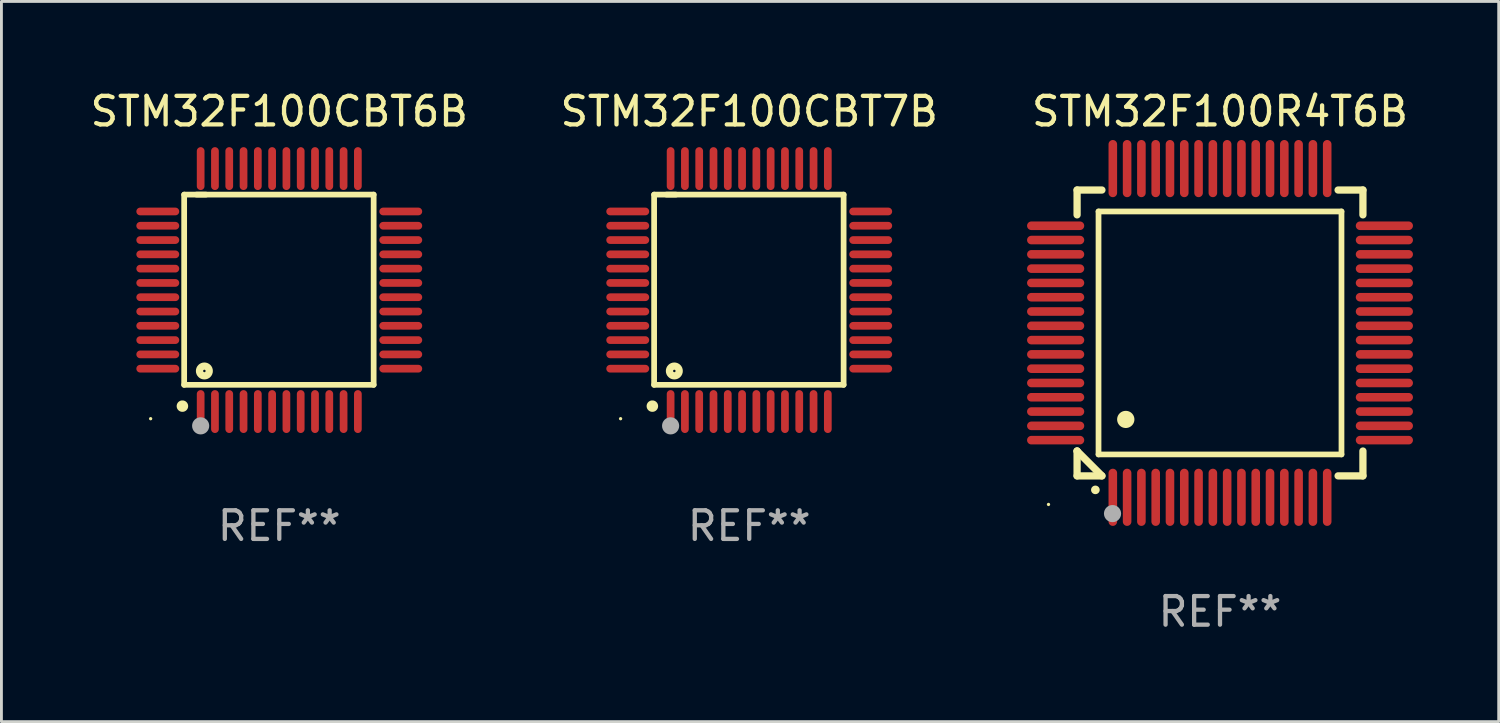
<source format=kicad_pcb>
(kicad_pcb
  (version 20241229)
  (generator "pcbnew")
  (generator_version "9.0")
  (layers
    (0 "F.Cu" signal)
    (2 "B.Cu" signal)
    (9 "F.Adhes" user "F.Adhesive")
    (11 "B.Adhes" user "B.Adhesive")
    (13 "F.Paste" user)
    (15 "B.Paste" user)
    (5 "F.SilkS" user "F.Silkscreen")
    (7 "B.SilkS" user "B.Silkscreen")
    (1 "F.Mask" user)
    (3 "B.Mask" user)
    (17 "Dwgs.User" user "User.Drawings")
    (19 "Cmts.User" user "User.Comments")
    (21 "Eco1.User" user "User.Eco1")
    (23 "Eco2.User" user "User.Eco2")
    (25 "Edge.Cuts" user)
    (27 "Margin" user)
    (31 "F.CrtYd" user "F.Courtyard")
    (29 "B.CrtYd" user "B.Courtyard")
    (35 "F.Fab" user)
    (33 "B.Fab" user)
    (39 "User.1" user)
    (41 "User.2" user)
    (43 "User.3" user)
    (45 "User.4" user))
  (footprint "STM32F100R4T6B"
    (layer "F.Cu")
    (at 39.631 8.598)
    (property "Reference" "STM32F100R4T6B" (at 0 -7.75 0) (layer "F.SilkS") (effects (font (size 1 1) (thickness 0.15))))
    (attr through_hole)
    (fp_line (start -5 -5) (end -4.131 -5) (stroke (width 0.254) (type solid)) (layer "F.SilkS"))
    (fp_line (start -5 -4.131) (end -5 -5) (stroke (width 0.254) (type solid)) (layer "F.SilkS"))
    (fp_line (start -5 4.131) (end -5 4.131) (stroke (width 0.254) (type solid)) (layer "F.SilkS"))
    (fp_line (start -5 5) (end -5 4.131) (stroke (width 0.254) (type solid)) (layer "F.SilkS"))
    (fp_line (start -5 4.131) (end -4.131 5) (stroke (width 0.254) (type solid)) (layer "F.SilkS"))
    (fp_line (start -4.25 -4.25) (end -4.25 4.25) (stroke (width 0.2) (type solid)) (layer "F.SilkS"))
    (fp_line (start -4.25 4.25) (end 4.25 4.25) (stroke (width 0.2) (type solid)) (layer "F.SilkS"))
    (fp_line (start -4.131 5) (end -5 5) (stroke (width 0.254) (type solid)) (layer "F.SilkS"))
    (fp_line (start 4.25 -4.25) (end -4.25 -4.25) (stroke (width 0.2) (type solid)) (layer "F.SilkS"))
    (fp_line (start 4.25 4.25) (end 4.25 -4.25) (stroke (width 0.2) (type solid)) (layer "F.SilkS"))
    (fp_line (start 5 -5) (end 4.131 -5) (stroke (width 0.254) (type solid)) (layer "F.SilkS"))
    (fp_line (start 5 -5) (end 5 -4.131) (stroke (width 0.254) (type solid)) (layer "F.SilkS"))
    (fp_line (start 5 4.131) (end 5 5) (stroke (width 0.254) (type solid)) (layer "F.SilkS"))
    (fp_line (start 5 5) (end 4.131 5) (stroke (width 0.254) (type solid)) (layer "F.SilkS"))
    (fp_arc (start -4.361265 5.489992) (mid -4.359995 5.489987) (end -4.358725 5.489992) (stroke (width 0.3) (type solid)) (layer "F.SilkS"))
    (fp_arc (start -3.299467 3.025146) (mid -3.296927 3.025135) (end -3.294387 3.025146) (stroke (width 0.6) (type solid)) (layer "F.SilkS"))
    (fp_circle (center -6 6) (end -5.97 6) (stroke (width 0.06) (type solid)) (fill no) (layer "F.SilkS"))
    (fp_circle (center -3.76 6.32) (end -3.61 6.32) (stroke (width 0.3) (type solid)) (fill no) (layer "F.Fab"))
    (fp_text user "REF**" (at 0 9.75 0) (layer "F.Fab") (effects (font (size 1 1) (thickness 0.15))))
    (pad "1" smd oval (at -3.75 5.75) (size 0.3 2) (layers "F.Cu" "F.Mask" "F.Paste"))
    (pad "2" smd oval (at -3.25 5.75) (size 0.3 2) (layers "F.Cu" "F.Mask" "F.Paste"))
    (pad "3" smd oval (at -2.75 5.75) (size 0.3 2) (layers "F.Cu" "F.Mask" "F.Paste"))
    (pad "4" smd oval (at -2.25 5.75) (size 0.3 2) (layers "F.Cu" "F.Mask" "F.Paste"))
    (pad "5" smd oval (at -1.75 5.75) (size 0.3 2) (layers "F.Cu" "F.Mask" "F.Paste"))
    (pad "6" smd oval (at -1.25 5.75) (size 0.3 2) (layers "F.Cu" "F.Mask" "F.Paste"))
    (pad "7" smd oval (at -0.75 5.75) (size 0.3 2) (layers "F.Cu" "F.Mask" "F.Paste"))
    (pad "8" smd oval (at -0.25 5.75) (size 0.3 2) (layers "F.Cu" "F.Mask" "F.Paste"))
    (pad "9" smd oval (at 0.25 5.75) (size 0.3 2) (layers "F.Cu" "F.Mask" "F.Paste"))
    (pad "10" smd oval (at 0.75 5.75) (size 0.3 2) (layers "F.Cu" "F.Mask" "F.Paste"))
    (pad "11" smd oval (at 1.25 5.75) (size 0.3 2) (layers "F.Cu" "F.Mask" "F.Paste"))
    (pad "12" smd oval (at 1.75 5.75) (size 0.3 2) (layers "F.Cu" "F.Mask" "F.Paste"))
    (pad "13" smd oval (at 2.25 5.75) (size 0.3 2) (layers "F.Cu" "F.Mask" "F.Paste"))
    (pad "14" smd oval (at 2.75 5.75) (size 0.3 2) (layers "F.Cu" "F.Mask" "F.Paste"))
    (pad "15" smd oval (at 3.25 5.75) (size 0.3 2) (layers "F.Cu" "F.Mask" "F.Paste"))
    (pad "16" smd oval (at 3.75 5.75) (size 0.3 2) (layers "F.Cu" "F.Mask" "F.Paste"))
    (pad "17" smd oval (at 5.75 3.75) (size 2 0.3) (layers "F.Cu" "F.Mask" "F.Paste"))
    (pad "18" smd oval (at 5.75 3.25) (size 2 0.3) (layers "F.Cu" "F.Mask" "F.Paste"))
    (pad "19" smd oval (at 5.75 2.75) (size 2 0.3) (layers "F.Cu" "F.Mask" "F.Paste"))
    (pad "20" smd oval (at 5.75 2.25) (size 2 0.3) (layers "F.Cu" "F.Mask" "F.Paste"))
    (pad "21" smd oval (at 5.75 1.75) (size 2 0.3) (layers "F.Cu" "F.Mask" "F.Paste"))
    (pad "22" smd oval (at 5.75 1.25) (size 2 0.3) (layers "F.Cu" "F.Mask" "F.Paste"))
    (pad "23" smd oval (at 5.75 0.75) (size 2 0.3) (layers "F.Cu" "F.Mask" "F.Paste"))
    (pad "24" smd oval (at 5.75 0.25) (size 2 0.3) (layers "F.Cu" "F.Mask" "F.Paste"))
    (pad "25" smd oval (at 5.75 -0.25) (size 2 0.3) (layers "F.Cu" "F.Mask" "F.Paste"))
    (pad "26" smd oval (at 5.75 -0.75) (size 2 0.3) (layers "F.Cu" "F.Mask" "F.Paste"))
    (pad "27" smd oval (at 5.75 -1.25) (size 2 0.3) (layers "F.Cu" "F.Mask" "F.Paste"))
    (pad "28" smd oval (at 5.75 -1.75) (size 2 0.3) (layers "F.Cu" "F.Mask" "F.Paste"))
    (pad "29" smd oval (at 5.75 -2.25) (size 2 0.3) (layers "F.Cu" "F.Mask" "F.Paste"))
    (pad "30" smd oval (at 5.75 -2.75) (size 2 0.3) (layers "F.Cu" "F.Mask" "F.Paste"))
    (pad "31" smd oval (at 5.75 -3.25) (size 2 0.3) (layers "F.Cu" "F.Mask" "F.Paste"))
    (pad "32" smd oval (at 5.75 -3.75) (size 2 0.3) (layers "F.Cu" "F.Mask" "F.Paste"))
    (pad "33" smd oval (at 3.75 -5.75) (size 0.3 2) (layers "F.Cu" "F.Mask" "F.Paste"))
    (pad "34" smd oval (at 3.25 -5.75) (size 0.3 2) (layers "F.Cu" "F.Mask" "F.Paste"))
    (pad "35" smd oval (at 2.75 -5.75) (size 0.3 2) (layers "F.Cu" "F.Mask" "F.Paste"))
    (pad "36" smd oval (at 2.25 -5.75) (size 0.3 2) (layers "F.Cu" "F.Mask" "F.Paste"))
    (pad "37" smd oval (at 1.75 -5.75) (size 0.3 2) (layers "F.Cu" "F.Mask" "F.Paste"))
    (pad "38" smd oval (at 1.25 -5.75) (size 0.3 2) (layers "F.Cu" "F.Mask" "F.Paste"))
    (pad "39" smd oval (at 0.75 -5.75) (size 0.3 2) (layers "F.Cu" "F.Mask" "F.Paste"))
    (pad "40" smd oval (at 0.25 -5.75) (size 0.3 2) (layers "F.Cu" "F.Mask" "F.Paste"))
    (pad "41" smd oval (at -0.25 -5.75) (size 0.3 2) (layers "F.Cu" "F.Mask" "F.Paste"))
    (pad "42" smd oval (at -0.75 -5.75) (size 0.3 2) (layers "F.Cu" "F.Mask" "F.Paste"))
    (pad "43" smd oval (at -1.25 -5.75) (size 0.3 2) (layers "F.Cu" "F.Mask" "F.Paste"))
    (pad "44" smd oval (at -1.75 -5.75) (size 0.3 2) (layers "F.Cu" "F.Mask" "F.Paste"))
    (pad "45" smd oval (at -2.25 -5.75) (size 0.3 2) (layers "F.Cu" "F.Mask" "F.Paste"))
    (pad "46" smd oval (at -2.75 -5.75) (size 0.3 2) (layers "F.Cu" "F.Mask" "F.Paste"))
    (pad "47" smd oval (at -3.25 -5.75) (size 0.3 2) (layers "F.Cu" "F.Mask" "F.Paste"))
    (pad "48" smd oval (at -3.75 -5.75) (size 0.3 2) (layers "F.Cu" "F.Mask" "F.Paste"))
    (pad "49" smd oval (at -5.75 -3.75) (size 2 0.3) (layers "F.Cu" "F.Mask" "F.Paste"))
    (pad "50" smd oval (at -5.75 -3.25) (size 2 0.3) (layers "F.Cu" "F.Mask" "F.Paste"))
    (pad "51" smd oval (at -5.75 -2.75) (size 2 0.3) (layers "F.Cu" "F.Mask" "F.Paste"))
    (pad "52" smd oval (at -5.75 -2.25) (size 2 0.3) (layers "F.Cu" "F.Mask" "F.Paste"))
    (pad "53" smd oval (at -5.75 -1.75) (size 2 0.3) (layers "F.Cu" "F.Mask" "F.Paste"))
    (pad "54" smd oval (at -5.75 -1.25) (size 2 0.3) (layers "F.Cu" "F.Mask" "F.Paste"))
    (pad "55" smd oval (at -5.75 -0.75) (size 2 0.3) (layers "F.Cu" "F.Mask" "F.Paste"))
    (pad "56" smd oval (at -5.75 -0.25) (size 2 0.3) (layers "F.Cu" "F.Mask" "F.Paste"))
    (pad "57" smd oval (at -5.75 0.25) (size 2 0.3) (layers "F.Cu" "F.Mask" "F.Paste"))
    (pad "58" smd oval (at -5.75 0.75) (size 2 0.3) (layers "F.Cu" "F.Mask" "F.Paste"))
    (pad "59" smd oval (at -5.75 1.25) (size 2 0.3) (layers "F.Cu" "F.Mask" "F.Paste"))
    (pad "60" smd oval (at -5.75 1.75) (size 2 0.3) (layers "F.Cu" "F.Mask" "F.Paste"))
    (pad "61" smd oval (at -5.75 2.25) (size 2 0.3) (layers "F.Cu" "F.Mask" "F.Paste"))
    (pad "62" smd oval (at -5.75 2.75) (size 2 0.3) (layers "F.Cu" "F.Mask" "F.Paste"))
    (pad "63" smd oval (at -5.75 3.25) (size 2 0.3) (layers "F.Cu" "F.Mask" "F.Paste"))
    (pad "64" smd oval (at -5.75 3.75) (size 2 0.3) (layers "F.Cu" "F.Mask" "F.Paste")))
  (footprint "STM32F100CBT6B"
    (layer "F.Cu")
    (at 6.72 7.098)
    (property "Reference" "STM32F100CBT6B" (at 0 -6.25 0) (layer "F.SilkS") (effects (font (size 1 1) (thickness 0.15))))
    (attr through_hole)
    (fp_line (start -3.327 -3.34) (end -2.565 -3.34) (stroke (width 0.2) (type solid)) (layer "F.SilkS"))
    (fp_line (start -3.327 3.315) (end -3.327 -3.34) (stroke (width 0.2) (type solid)) (layer "F.SilkS"))
    (fp_line (start -2.896 -3.34) (end 3.302 -3.34) (stroke (width 0.2) (type solid)) (layer "F.SilkS"))
    (fp_line (start 3.302 -3.34) (end 3.302 3.315) (stroke (width 0.2) (type solid)) (layer "F.SilkS"))
    (fp_line (start 3.302 3.315) (end -3.327 3.315) (stroke (width 0.2) (type solid)) (layer "F.SilkS"))
    (fp_arc (start -3.389992 4.059995) (mid -3.388722 4.059991) (end -3.387452 4.059995) (stroke (width 0.4) (type solid)) (layer "F.SilkS"))
    (fp_circle (center -4.5 4.5) (end -4.47 4.5) (stroke (width 0.06) (type solid)) (fill no) (layer "F.SilkS"))
    (fp_circle (center -2.62 2.83) (end -2.45 2.83) (stroke (width 0.254) (type solid)) (fill no) (layer "F.SilkS"))
    (fp_circle (center -2.75 4.75) (end -2.6 4.75) (stroke (width 0.3) (type solid)) (fill no) (layer "F.Fab"))
    (fp_text user "REF**" (at 0 8.25 0) (layer "F.Fab") (effects (font (size 1 1) (thickness 0.15))))
    (pad "1" smd oval (at -2.75 4.25) (size 0.27 1.5) (layers "F.Cu" "F.Mask" "F.Paste"))
    (pad "2" smd oval (at -2.25 4.25) (size 0.27 1.5) (layers "F.Cu" "F.Mask" "F.Paste"))
    (pad "3" smd oval (at -1.75 4.25) (size 0.27 1.5) (layers "F.Cu" "F.Mask" "F.Paste"))
    (pad "4" smd oval (at -1.25 4.25) (size 0.27 1.5) (layers "F.Cu" "F.Mask" "F.Paste"))
    (pad "5" smd oval (at -0.75 4.25) (size 0.27 1.5) (layers "F.Cu" "F.Mask" "F.Paste"))
    (pad "6" smd oval (at -0.25 4.25) (size 0.27 1.5) (layers "F.Cu" "F.Mask" "F.Paste"))
    (pad "7" smd oval (at 0.25 4.25) (size 0.27 1.5) (layers "F.Cu" "F.Mask" "F.Paste"))
    (pad "8" smd oval (at 0.75 4.25) (size 0.27 1.5) (layers "F.Cu" "F.Mask" "F.Paste"))
    (pad "9" smd oval (at 1.25 4.25) (size 0.27 1.5) (layers "F.Cu" "F.Mask" "F.Paste"))
    (pad "10" smd oval (at 1.75 4.25) (size 0.27 1.5) (layers "F.Cu" "F.Mask" "F.Paste"))
    (pad "11" smd oval (at 2.25 4.25) (size 0.27 1.5) (layers "F.Cu" "F.Mask" "F.Paste"))
    (pad "12" smd oval (at 2.75 4.25) (size 0.27 1.5) (layers "F.Cu" "F.Mask" "F.Paste"))
    (pad "13" smd oval (at 4.25 2.75) (size 1.5 0.27) (layers "F.Cu" "F.Mask" "F.Paste"))
    (pad "14" smd oval (at 4.25 2.25) (size 1.5 0.27) (layers "F.Cu" "F.Mask" "F.Paste"))
    (pad "15" smd oval (at 4.25 1.75) (size 1.5 0.27) (layers "F.Cu" "F.Mask" "F.Paste"))
    (pad "16" smd oval (at 4.25 1.25) (size 1.5 0.27) (layers "F.Cu" "F.Mask" "F.Paste"))
    (pad "17" smd oval (at 4.25 0.75) (size 1.5 0.27) (layers "F.Cu" "F.Mask" "F.Paste"))
    (pad "18" smd oval (at 4.25 0.25) (size 1.5 0.27) (layers "F.Cu" "F.Mask" "F.Paste"))
    (pad "19" smd oval (at 4.25 -0.25) (size 1.5 0.27) (layers "F.Cu" "F.Mask" "F.Paste"))
    (pad "20" smd oval (at 4.25 -0.75) (size 1.5 0.27) (layers "F.Cu" "F.Mask" "F.Paste"))
    (pad "21" smd oval (at 4.25 -1.25) (size 1.5 0.27) (layers "F.Cu" "F.Mask" "F.Paste"))
    (pad "22" smd oval (at 4.25 -1.75) (size 1.5 0.27) (layers "F.Cu" "F.Mask" "F.Paste"))
    (pad "23" smd oval (at 4.25 -2.25) (size 1.5 0.27) (layers "F.Cu" "F.Mask" "F.Paste"))
    (pad "24" smd oval (at 4.25 -2.75) (size 1.5 0.27) (layers "F.Cu" "F.Mask" "F.Paste"))
    (pad "25" smd oval (at 2.75 -4.25) (size 0.27 1.5) (layers "F.Cu" "F.Mask" "F.Paste"))
    (pad "26" smd oval (at 2.25 -4.25) (size 0.27 1.5) (layers "F.Cu" "F.Mask" "F.Paste"))
    (pad "27" smd oval (at 1.75 -4.25) (size 0.27 1.5) (layers "F.Cu" "F.Mask" "F.Paste"))
    (pad "28" smd oval (at 1.25 -4.25) (size 0.27 1.5) (layers "F.Cu" "F.Mask" "F.Paste"))
    (pad "29" smd oval (at 0.75 -4.25) (size 0.27 1.5) (layers "F.Cu" "F.Mask" "F.Paste"))
    (pad "30" smd oval (at 0.25 -4.25) (size 0.27 1.5) (layers "F.Cu" "F.Mask" "F.Paste"))
    (pad "31" smd oval (at -0.25 -4.25) (size 0.27 1.5) (layers "F.Cu" "F.Mask" "F.Paste"))
    (pad "32" smd oval (at -0.75 -4.25) (size 0.27 1.5) (layers "F.Cu" "F.Mask" "F.Paste"))
    (pad "33" smd oval (at -1.25 -4.25) (size 0.27 1.5) (layers "F.Cu" "F.Mask" "F.Paste"))
    (pad "34" smd oval (at -1.75 -4.25) (size 0.27 1.5) (layers "F.Cu" "F.Mask" "F.Paste"))
    (pad "35" smd oval (at -2.25 -4.25) (size 0.27 1.5) (layers "F.Cu" "F.Mask" "F.Paste"))
    (pad "36" smd oval (at -2.75 -4.25) (size 0.27 1.5) (layers "F.Cu" "F.Mask" "F.Paste"))
    (pad "37" smd oval (at -4.25 -2.75) (size 1.5 0.27) (layers "F.Cu" "F.Mask" "F.Paste"))
    (pad "38" smd oval (at -4.25 -2.25) (size 1.5 0.27) (layers "F.Cu" "F.Mask" "F.Paste"))
    (pad "39" smd oval (at -4.25 -1.75) (size 1.5 0.27) (layers "F.Cu" "F.Mask" "F.Paste"))
    (pad "40" smd oval (at -4.25 -1.25) (size 1.5 0.27) (layers "F.Cu" "F.Mask" "F.Paste"))
    (pad "41" smd oval (at -4.25 -0.75) (size 1.5 0.27) (layers "F.Cu" "F.Mask" "F.Paste"))
    (pad "42" smd oval (at -4.25 -0.25) (size 1.5 0.27) (layers "F.Cu" "F.Mask" "F.Paste"))
    (pad "43" smd oval (at -4.25 0.25) (size 1.5 0.27) (layers "F.Cu" "F.Mask" "F.Paste"))
    (pad "44" smd oval (at -4.25 0.75) (size 1.5 0.27) (layers "F.Cu" "F.Mask" "F.Paste"))
    (pad "45" smd oval (at -4.25 1.25) (size 1.5 0.27) (layers "F.Cu" "F.Mask" "F.Paste"))
    (pad "46" smd oval (at -4.25 1.75) (size 1.5 0.27) (layers "F.Cu" "F.Mask" "F.Paste"))
    (pad "47" smd oval (at -4.25 2.25) (size 1.5 0.27) (layers "F.Cu" "F.Mask" "F.Paste"))
    (pad "48" smd oval (at -4.25 2.75) (size 1.5 0.27) (layers "F.Cu" "F.Mask" "F.Paste")))
  (footprint "STM32F100CBT7B"
    (layer "F.Cu")
    (at 23.161 7.098)
    (property "Reference" "STM32F100CBT7B" (at 0 -6.25 0) (layer "F.SilkS") (effects (font (size 1 1) (thickness 0.15))))
    (attr through_hole)
    (fp_line (start -3.327 -3.34) (end -2.565 -3.34) (stroke (width 0.2) (type solid)) (layer "F.SilkS"))
    (fp_line (start -3.327 3.315) (end -3.327 -3.34) (stroke (width 0.2) (type solid)) (layer "F.SilkS"))
    (fp_line (start -2.896 -3.34) (end 3.302 -3.34) (stroke (width 0.2) (type solid)) (layer "F.SilkS"))
    (fp_line (start 3.302 -3.34) (end 3.302 3.315) (stroke (width 0.2) (type solid)) (layer "F.SilkS"))
    (fp_line (start 3.302 3.315) (end -3.327 3.315) (stroke (width 0.2) (type solid)) (layer "F.SilkS"))
    (fp_arc (start -3.389992 4.059995) (mid -3.388722 4.059991) (end -3.387452 4.059995) (stroke (width 0.4) (type solid)) (layer "F.SilkS"))
    (fp_circle (center -4.5 4.5) (end -4.47 4.5) (stroke (width 0.06) (type solid)) (fill no) (layer "F.SilkS"))
    (fp_circle (center -2.62 2.83) (end -2.45 2.83) (stroke (width 0.254) (type solid)) (fill no) (layer "F.SilkS"))
    (fp_circle (center -2.75 4.75) (end -2.6 4.75) (stroke (width 0.3) (type solid)) (fill no) (layer "F.Fab"))
    (fp_text user "REF**" (at 0 8.25 0) (layer "F.Fab") (effects (font (size 1 1) (thickness 0.15))))
    (pad "1" smd oval (at -2.75 4.25) (size 0.27 1.5) (layers "F.Cu" "F.Mask" "F.Paste"))
    (pad "2" smd oval (at -2.25 4.25) (size 0.27 1.5) (layers "F.Cu" "F.Mask" "F.Paste"))
    (pad "3" smd oval (at -1.75 4.25) (size 0.27 1.5) (layers "F.Cu" "F.Mask" "F.Paste"))
    (pad "4" smd oval (at -1.25 4.25) (size 0.27 1.5) (layers "F.Cu" "F.Mask" "F.Paste"))
    (pad "5" smd oval (at -0.75 4.25) (size 0.27 1.5) (layers "F.Cu" "F.Mask" "F.Paste"))
    (pad "6" smd oval (at -0.25 4.25) (size 0.27 1.5) (layers "F.Cu" "F.Mask" "F.Paste"))
    (pad "7" smd oval (at 0.25 4.25) (size 0.27 1.5) (layers "F.Cu" "F.Mask" "F.Paste"))
    (pad "8" smd oval (at 0.75 4.25) (size 0.27 1.5) (layers "F.Cu" "F.Mask" "F.Paste"))
    (pad "9" smd oval (at 1.25 4.25) (size 0.27 1.5) (layers "F.Cu" "F.Mask" "F.Paste"))
    (pad "10" smd oval (at 1.75 4.25) (size 0.27 1.5) (layers "F.Cu" "F.Mask" "F.Paste"))
    (pad "11" smd oval (at 2.25 4.25) (size 0.27 1.5) (layers "F.Cu" "F.Mask" "F.Paste"))
    (pad "12" smd oval (at 2.75 4.25) (size 0.27 1.5) (layers "F.Cu" "F.Mask" "F.Paste"))
    (pad "13" smd oval (at 4.25 2.75) (size 1.5 0.27) (layers "F.Cu" "F.Mask" "F.Paste"))
    (pad "14" smd oval (at 4.25 2.25) (size 1.5 0.27) (layers "F.Cu" "F.Mask" "F.Paste"))
    (pad "15" smd oval (at 4.25 1.75) (size 1.5 0.27) (layers "F.Cu" "F.Mask" "F.Paste"))
    (pad "16" smd oval (at 4.25 1.25) (size 1.5 0.27) (layers "F.Cu" "F.Mask" "F.Paste"))
    (pad "17" smd oval (at 4.25 0.75) (size 1.5 0.27) (layers "F.Cu" "F.Mask" "F.Paste"))
    (pad "18" smd oval (at 4.25 0.25) (size 1.5 0.27) (layers "F.Cu" "F.Mask" "F.Paste"))
    (pad "19" smd oval (at 4.25 -0.25) (size 1.5 0.27) (layers "F.Cu" "F.Mask" "F.Paste"))
    (pad "20" smd oval (at 4.25 -0.75) (size 1.5 0.27) (layers "F.Cu" "F.Mask" "F.Paste"))
    (pad "21" smd oval (at 4.25 -1.25) (size 1.5 0.27) (layers "F.Cu" "F.Mask" "F.Paste"))
    (pad "22" smd oval (at 4.25 -1.75) (size 1.5 0.27) (layers "F.Cu" "F.Mask" "F.Paste"))
    (pad "23" smd oval (at 4.25 -2.25) (size 1.5 0.27) (layers "F.Cu" "F.Mask" "F.Paste"))
    (pad "24" smd oval (at 4.25 -2.75) (size 1.5 0.27) (layers "F.Cu" "F.Mask" "F.Paste"))
    (pad "25" smd oval (at 2.75 -4.25) (size 0.27 1.5) (layers "F.Cu" "F.Mask" "F.Paste"))
    (pad "26" smd oval (at 2.25 -4.25) (size 0.27 1.5) (layers "F.Cu" "F.Mask" "F.Paste"))
    (pad "27" smd oval (at 1.75 -4.25) (size 0.27 1.5) (layers "F.Cu" "F.Mask" "F.Paste"))
    (pad "28" smd oval (at 1.25 -4.25) (size 0.27 1.5) (layers "F.Cu" "F.Mask" "F.Paste"))
    (pad "29" smd oval (at 0.75 -4.25) (size 0.27 1.5) (layers "F.Cu" "F.Mask" "F.Paste"))
    (pad "30" smd oval (at 0.25 -4.25) (size 0.27 1.5) (layers "F.Cu" "F.Mask" "F.Paste"))
    (pad "31" smd oval (at -0.25 -4.25) (size 0.27 1.5) (layers "F.Cu" "F.Mask" "F.Paste"))
    (pad "32" smd oval (at -0.75 -4.25) (size 0.27 1.5) (layers "F.Cu" "F.Mask" "F.Paste"))
    (pad "33" smd oval (at -1.25 -4.25) (size 0.27 1.5) (layers "F.Cu" "F.Mask" "F.Paste"))
    (pad "34" smd oval (at -1.75 -4.25) (size 0.27 1.5) (layers "F.Cu" "F.Mask" "F.Paste"))
    (pad "35" smd oval (at -2.25 -4.25) (size 0.27 1.5) (layers "F.Cu" "F.Mask" "F.Paste"))
    (pad "36" smd oval (at -2.75 -4.25) (size 0.27 1.5) (layers "F.Cu" "F.Mask" "F.Paste"))
    (pad "37" smd oval (at -4.25 -2.75) (size 1.5 0.27) (layers "F.Cu" "F.Mask" "F.Paste"))
    (pad "38" smd oval (at -4.25 -2.25) (size 1.5 0.27) (layers "F.Cu" "F.Mask" "F.Paste"))
    (pad "39" smd oval (at -4.25 -1.75) (size 1.5 0.27) (layers "F.Cu" "F.Mask" "F.Paste"))
    (pad "40" smd oval (at -4.25 -1.25) (size 1.5 0.27) (layers "F.Cu" "F.Mask" "F.Paste"))
    (pad "41" smd oval (at -4.25 -0.75) (size 1.5 0.27) (layers "F.Cu" "F.Mask" "F.Paste"))
    (pad "42" smd oval (at -4.25 -0.25) (size 1.5 0.27) (layers "F.Cu" "F.Mask" "F.Paste"))
    (pad "43" smd oval (at -4.25 0.25) (size 1.5 0.27) (layers "F.Cu" "F.Mask" "F.Paste"))
    (pad "44" smd oval (at -4.25 0.75) (size 1.5 0.27) (layers "F.Cu" "F.Mask" "F.Paste"))
    (pad "45" smd oval (at -4.25 1.25) (size 1.5 0.27) (layers "F.Cu" "F.Mask" "F.Paste"))
    (pad "46" smd oval (at -4.25 1.75) (size 1.5 0.27) (layers "F.Cu" "F.Mask" "F.Paste"))
    (pad "47" smd oval (at -4.25 2.25) (size 1.5 0.27) (layers "F.Cu" "F.Mask" "F.Paste"))
    (pad "48" smd oval (at -4.25 2.75) (size 1.5 0.27) (layers "F.Cu" "F.Mask" "F.Paste")))
  (gr_rect
    (start -3 -3)
    (end 49.381 22.196)
    (stroke (width 0.1) (type default))
    (fill no)
    (layer "Edge.Cuts")))
</source>
